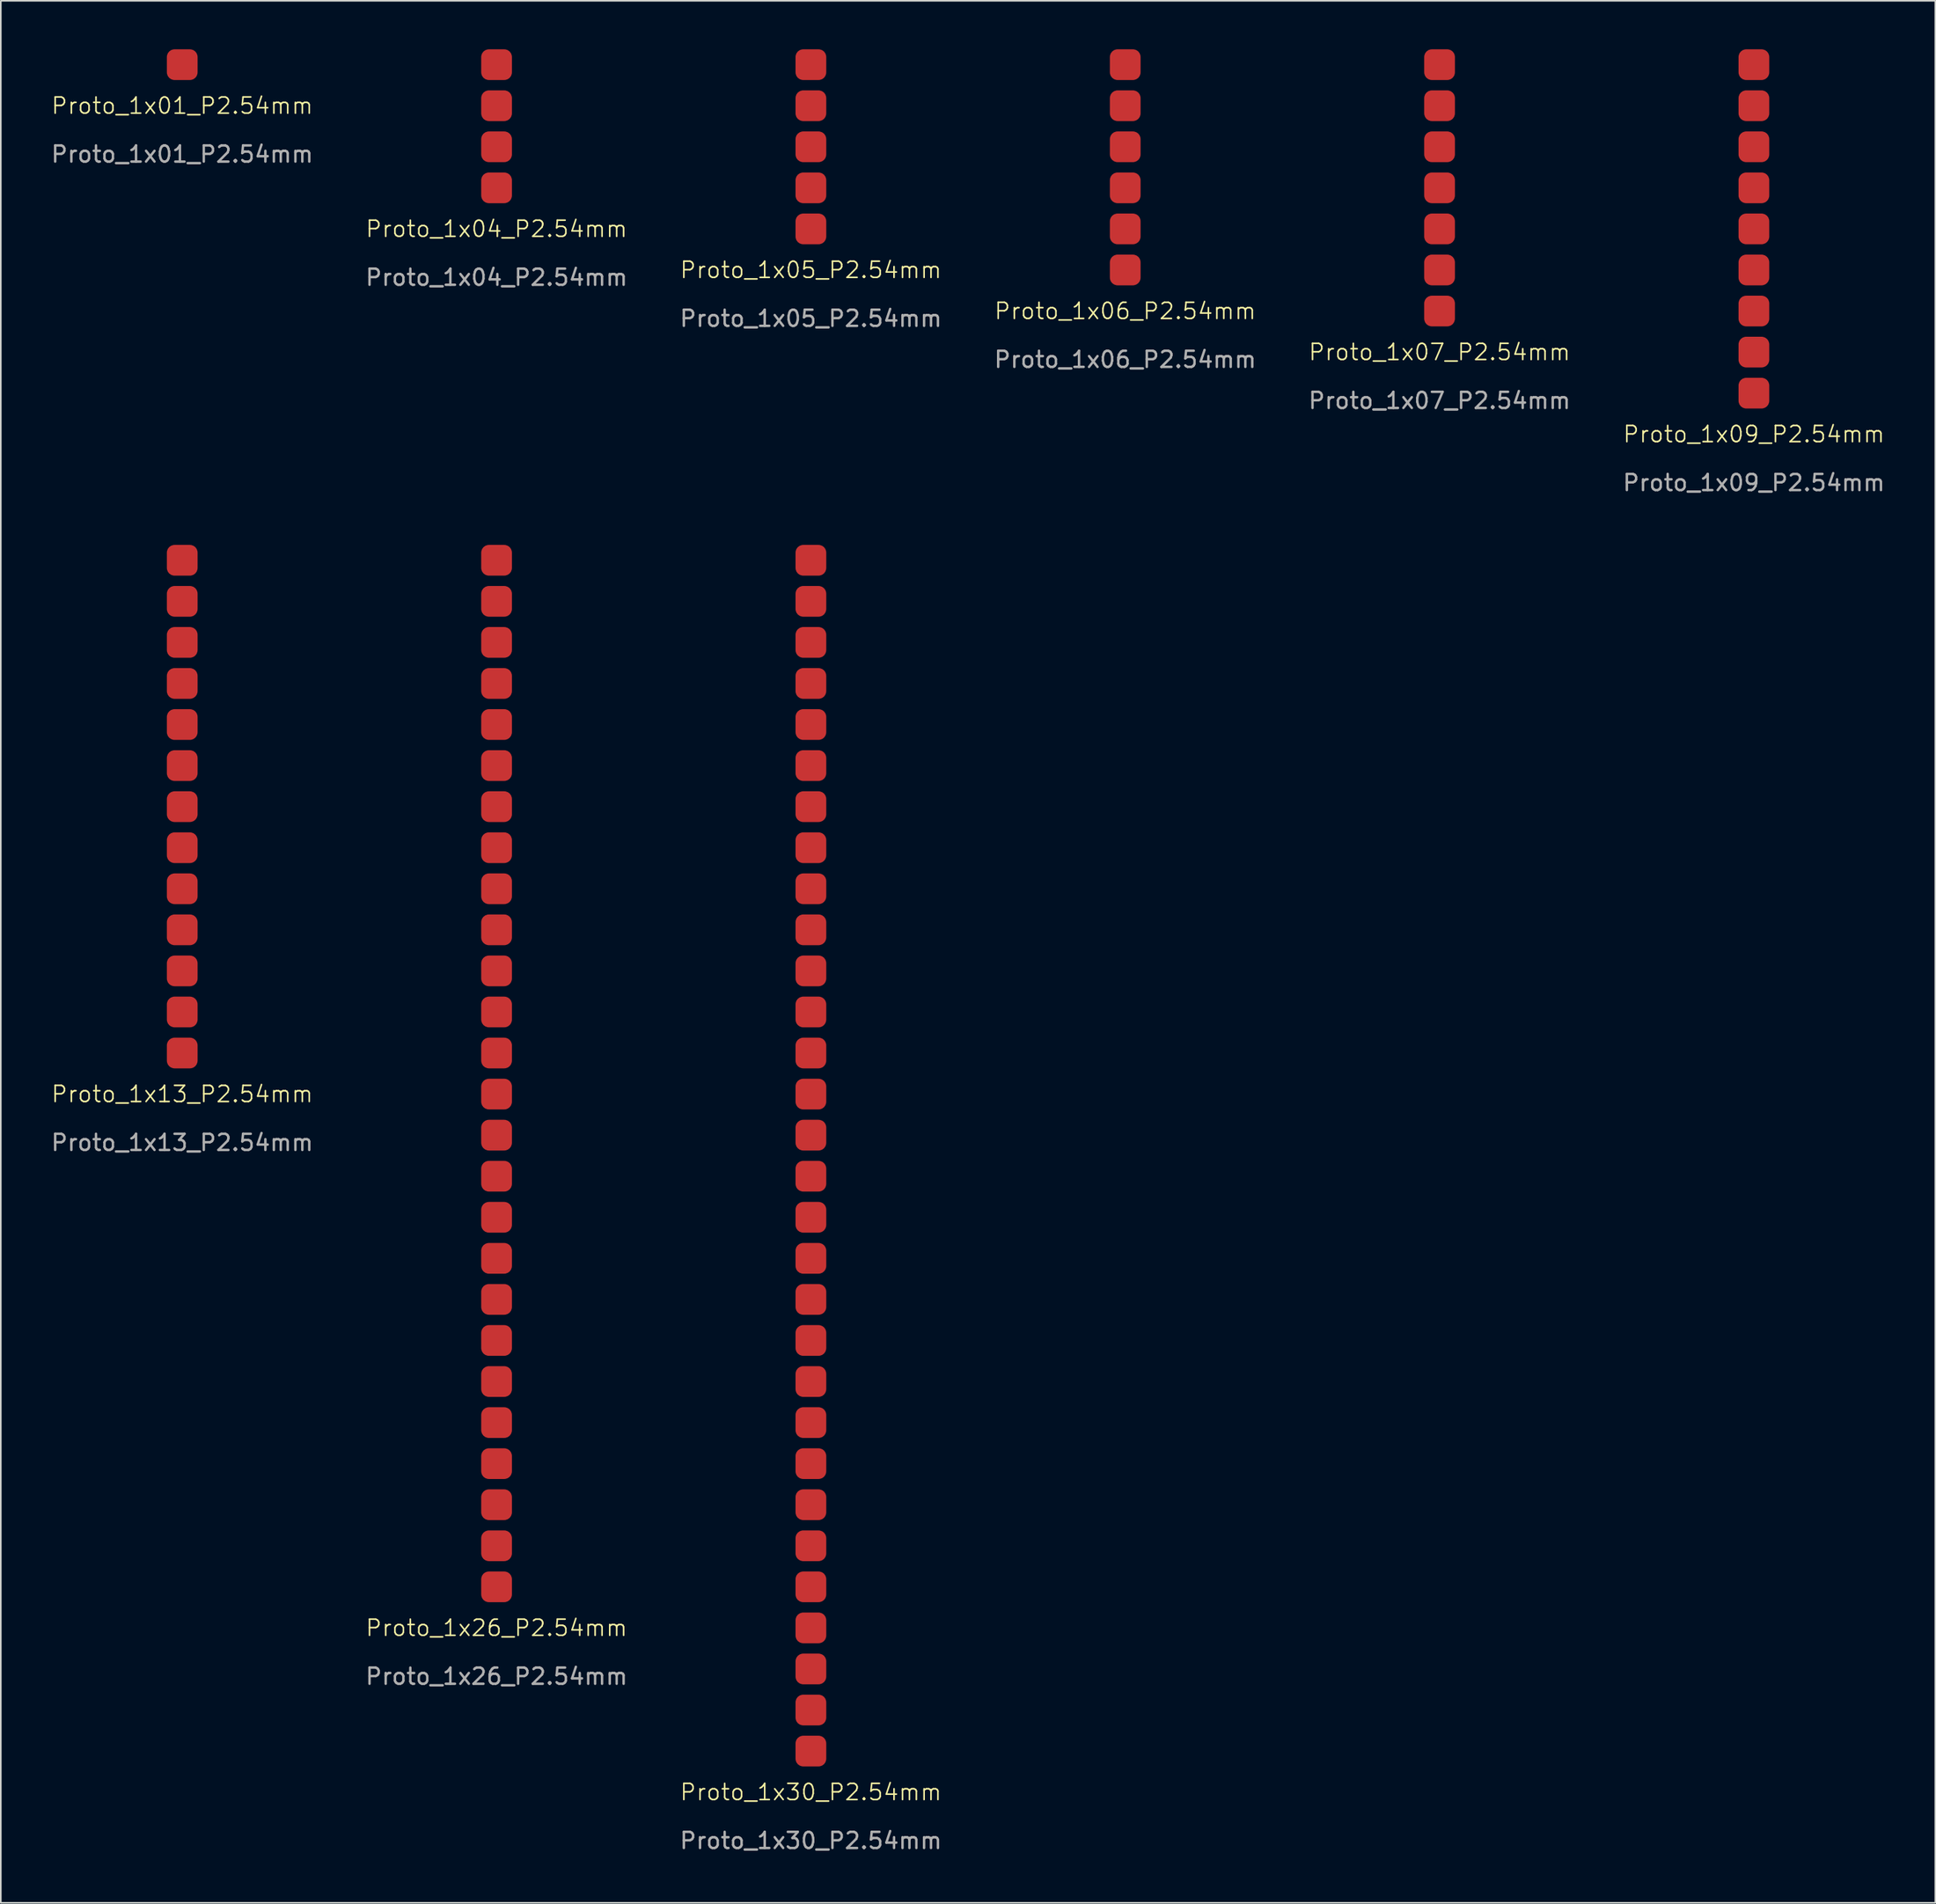
<source format=kicad_pcb>
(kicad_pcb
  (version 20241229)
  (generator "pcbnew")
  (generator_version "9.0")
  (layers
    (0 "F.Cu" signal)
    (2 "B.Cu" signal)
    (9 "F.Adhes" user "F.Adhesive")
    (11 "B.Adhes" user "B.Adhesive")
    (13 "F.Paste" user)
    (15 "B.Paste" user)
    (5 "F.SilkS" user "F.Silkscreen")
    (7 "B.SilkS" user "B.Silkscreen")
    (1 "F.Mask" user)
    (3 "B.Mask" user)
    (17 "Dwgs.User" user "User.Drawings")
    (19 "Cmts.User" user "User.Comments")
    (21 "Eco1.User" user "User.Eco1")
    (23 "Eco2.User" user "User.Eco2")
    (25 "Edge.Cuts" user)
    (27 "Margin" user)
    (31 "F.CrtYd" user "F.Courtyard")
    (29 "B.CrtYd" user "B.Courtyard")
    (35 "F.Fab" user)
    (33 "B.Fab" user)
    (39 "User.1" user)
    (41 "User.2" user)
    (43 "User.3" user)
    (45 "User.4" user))
  (footprint "Proto_1x13_P2.54mm"
    (layer "F.Cu")
    (at 8.22 62.088)
    (property "Reference" "Proto_1x13_P2.54mm" (at 0 2.54 0) (unlocked yes) (layer "F.SilkS") (effects (font (size 1 1) (thickness 0.1))))
    (attr smd)
    (fp_text user "${REFERENCE}" (at 0 5.54 0) (unlocked yes) (layer "F.Fab") (effects (font (size 1 1) (thickness 0.15))))
    (pad "1" smd roundrect (at 0 0) (size 1.9 1.9) (layers "F.Cu" "F.Mask" "F.Paste") (roundrect_rratio 0.25))
    (pad "2" smd roundrect (at 0 -2.54) (size 1.9 1.9) (layers "F.Cu" "F.Mask" "F.Paste") (roundrect_rratio 0.25))
    (pad "3" smd roundrect (at 0 -5.08) (size 1.9 1.9) (layers "F.Cu" "F.Mask" "F.Paste") (roundrect_rratio 0.25))
    (pad "4" smd roundrect (at 0 -7.62) (size 1.9 1.9) (layers "F.Cu" "F.Mask" "F.Paste") (roundrect_rratio 0.25))
    (pad "5" smd roundrect (at 0 -10.16) (size 1.9 1.9) (layers "F.Cu" "F.Mask" "F.Paste") (roundrect_rratio 0.25))
    (pad "6" smd roundrect (at 0 -12.7) (size 1.9 1.9) (layers "F.Cu" "F.Mask" "F.Paste") (roundrect_rratio 0.25))
    (pad "7" smd roundrect (at 0 -15.24) (size 1.9 1.9) (layers "F.Cu" "F.Mask" "F.Paste") (roundrect_rratio 0.25))
    (pad "8" smd roundrect (at 0 -17.78) (size 1.9 1.9) (layers "F.Cu" "F.Mask" "F.Paste") (roundrect_rratio 0.25))
    (pad "9" smd roundrect (at 0 -20.32) (size 1.9 1.9) (layers "F.Cu" "F.Mask" "F.Paste") (roundrect_rratio 0.25))
    (pad "10" smd roundrect (at 0 -22.86) (size 1.9 1.9) (layers "F.Cu" "F.Mask" "F.Paste") (roundrect_rratio 0.25))
    (pad "11" smd roundrect (at 0 -25.4) (size 1.9 1.9) (layers "F.Cu" "F.Mask" "F.Paste") (roundrect_rratio 0.25))
    (pad "12" smd roundrect (at 0 -27.94) (size 1.9 1.9) (layers "F.Cu" "F.Mask" "F.Paste") (roundrect_rratio 0.25))
    (pad "13" smd roundrect (at 0 -30.48) (size 1.9 1.9) (layers "F.Cu" "F.Mask" "F.Paste") (roundrect_rratio 0.25)))
  (footprint "Proto_1x07_P2.54mm"
    (layer "F.Cu")
    (at 85.982 16.19)
    (property "Reference" "Proto_1x07_P2.54mm" (at 0 2.54 0) (unlocked yes) (layer "F.SilkS") (effects (font (size 1 1) (thickness 0.1))))
    (attr smd)
    (fp_text user "${REFERENCE}" (at 0 5.54 0) (unlocked yes) (layer "F.Fab") (effects (font (size 1 1) (thickness 0.15))))
    (pad "1" smd roundrect (at 0 0) (size 1.9 1.9) (layers "F.Cu" "F.Mask" "F.Paste") (roundrect_rratio 0.25))
    (pad "2" smd roundrect (at 0 -2.54) (size 1.9 1.9) (layers "F.Cu" "F.Mask" "F.Paste") (roundrect_rratio 0.25))
    (pad "3" smd roundrect (at 0 -5.08) (size 1.9 1.9) (layers "F.Cu" "F.Mask" "F.Paste") (roundrect_rratio 0.25))
    (pad "4" smd roundrect (at 0 -7.62) (size 1.9 1.9) (layers "F.Cu" "F.Mask" "F.Paste") (roundrect_rratio 0.25))
    (pad "5" smd roundrect (at 0 -10.16) (size 1.9 1.9) (layers "F.Cu" "F.Mask" "F.Paste") (roundrect_rratio 0.25))
    (pad "6" smd roundrect (at 0 -12.7) (size 1.9 1.9) (layers "F.Cu" "F.Mask" "F.Paste") (roundrect_rratio 0.25))
    (pad "7" smd roundrect (at 0 -15.24) (size 1.9 1.9) (layers "F.Cu" "F.Mask" "F.Paste") (roundrect_rratio 0.25)))
  (footprint "Proto_1x30_P2.54mm"
    (layer "F.Cu")
    (at 47.101 105.268)
    (property "Reference" "Proto_1x30_P2.54mm" (at 0 2.54 0) (unlocked yes) (layer "F.SilkS") (effects (font (size 1 1) (thickness 0.1))))
    (attr smd)
    (fp_text user "${REFERENCE}" (at 0 5.54 0) (unlocked yes) (layer "F.Fab") (effects (font (size 1 1) (thickness 0.15))))
    (pad "1" smd roundrect (at 0 0) (size 1.9 1.9) (layers "F.Cu" "F.Mask" "F.Paste") (roundrect_rratio 0.25))
    (pad "2" smd roundrect (at 0 -2.54) (size 1.9 1.9) (layers "F.Cu" "F.Mask" "F.Paste") (roundrect_rratio 0.25))
    (pad "3" smd roundrect (at 0 -5.08) (size 1.9 1.9) (layers "F.Cu" "F.Mask" "F.Paste") (roundrect_rratio 0.25))
    (pad "4" smd roundrect (at 0 -7.62) (size 1.9 1.9) (layers "F.Cu" "F.Mask" "F.Paste") (roundrect_rratio 0.25))
    (pad "5" smd roundrect (at 0 -10.16) (size 1.9 1.9) (layers "F.Cu" "F.Mask" "F.Paste") (roundrect_rratio 0.25))
    (pad "6" smd roundrect (at 0 -12.7) (size 1.9 1.9) (layers "F.Cu" "F.Mask" "F.Paste") (roundrect_rratio 0.25))
    (pad "7" smd roundrect (at 0 -15.24) (size 1.9 1.9) (layers "F.Cu" "F.Mask" "F.Paste") (roundrect_rratio 0.25))
    (pad "8" smd roundrect (at 0 -17.78) (size 1.9 1.9) (layers "F.Cu" "F.Mask" "F.Paste") (roundrect_rratio 0.25))
    (pad "9" smd roundrect (at 0 -20.32) (size 1.9 1.9) (layers "F.Cu" "F.Mask" "F.Paste") (roundrect_rratio 0.25))
    (pad "10" smd roundrect (at 0 -22.86) (size 1.9 1.9) (layers "F.Cu" "F.Mask" "F.Paste") (roundrect_rratio 0.25))
    (pad "11" smd roundrect (at 0 -25.4) (size 1.9 1.9) (layers "F.Cu" "F.Mask" "F.Paste") (roundrect_rratio 0.25))
    (pad "12" smd roundrect (at 0 -27.94) (size 1.9 1.9) (layers "F.Cu" "F.Mask" "F.Paste") (roundrect_rratio 0.25))
    (pad "13" smd roundrect (at 0 -30.48) (size 1.9 1.9) (layers "F.Cu" "F.Mask" "F.Paste") (roundrect_rratio 0.25))
    (pad "14" smd roundrect (at 0 -33.02) (size 1.9 1.9) (layers "F.Cu" "F.Mask" "F.Paste") (roundrect_rratio 0.25))
    (pad "15" smd roundrect (at 0 -35.56) (size 1.9 1.9) (layers "F.Cu" "F.Mask" "F.Paste") (roundrect_rratio 0.25))
    (pad "16" smd roundrect (at 0 -38.1) (size 1.9 1.9) (layers "F.Cu" "F.Mask" "F.Paste") (roundrect_rratio 0.25))
    (pad "17" smd roundrect (at 0 -40.64) (size 1.9 1.9) (layers "F.Cu" "F.Mask" "F.Paste") (roundrect_rratio 0.25))
    (pad "18" smd roundrect (at 0 -43.18) (size 1.9 1.9) (layers "F.Cu" "F.Mask" "F.Paste") (roundrect_rratio 0.25))
    (pad "19" smd roundrect (at 0 -45.72) (size 1.9 1.9) (layers "F.Cu" "F.Mask" "F.Paste") (roundrect_rratio 0.25))
    (pad "20" smd roundrect (at 0 -48.26) (size 1.9 1.9) (layers "F.Cu" "F.Mask" "F.Paste") (roundrect_rratio 0.25))
    (pad "21" smd roundrect (at 0 -50.8) (size 1.9 1.9) (layers "F.Cu" "F.Mask" "F.Paste") (roundrect_rratio 0.25))
    (pad "22" smd roundrect (at 0 -53.34) (size 1.9 1.9) (layers "F.Cu" "F.Mask" "F.Paste") (roundrect_rratio 0.25))
    (pad "23" smd roundrect (at 0 -55.88) (size 1.9 1.9) (layers "F.Cu" "F.Mask" "F.Paste") (roundrect_rratio 0.25))
    (pad "24" smd roundrect (at 0 -58.42) (size 1.9 1.9) (layers "F.Cu" "F.Mask" "F.Paste") (roundrect_rratio 0.25))
    (pad "25" smd roundrect (at 0 -60.96) (size 1.9 1.9) (layers "F.Cu" "F.Mask" "F.Paste") (roundrect_rratio 0.25))
    (pad "26" smd roundrect (at 0 -63.5) (size 1.9 1.9) (layers "F.Cu" "F.Mask" "F.Paste") (roundrect_rratio 0.25))
    (pad "27" smd roundrect (at 0 -66.04) (size 1.9 1.9) (layers "F.Cu" "F.Mask" "F.Paste") (roundrect_rratio 0.25))
    (pad "28" smd roundrect (at 0 -68.58) (size 1.9 1.9) (layers "F.Cu" "F.Mask" "F.Paste") (roundrect_rratio 0.25))
    (pad "29" smd roundrect (at 0 -71.12) (size 1.9 1.9) (layers "F.Cu" "F.Mask" "F.Paste") (roundrect_rratio 0.25))
    (pad "30" smd roundrect (at 0 -73.66) (size 1.9 1.9) (layers "F.Cu" "F.Mask" "F.Paste") (roundrect_rratio 0.25)))
  (footprint "Proto_1x09_P2.54mm"
    (layer "F.Cu")
    (at 105.423 21.27)
    (property "Reference" "Proto_1x09_P2.54mm" (at 0 2.54 0) (unlocked yes) (layer "F.SilkS") (effects (font (size 1 1) (thickness 0.1))))
    (attr smd)
    (fp_text user "${REFERENCE}" (at 0 5.54 0) (unlocked yes) (layer "F.Fab") (effects (font (size 1 1) (thickness 0.15))))
    (pad "1" smd roundrect (at 0 0) (size 1.9 1.9) (layers "F.Cu" "F.Mask" "F.Paste") (roundrect_rratio 0.25))
    (pad "2" smd roundrect (at 0 -2.54) (size 1.9 1.9) (layers "F.Cu" "F.Mask" "F.Paste") (roundrect_rratio 0.25))
    (pad "3" smd roundrect (at 0 -5.08) (size 1.9 1.9) (layers "F.Cu" "F.Mask" "F.Paste") (roundrect_rratio 0.25))
    (pad "4" smd roundrect (at 0 -7.62) (size 1.9 1.9) (layers "F.Cu" "F.Mask" "F.Paste") (roundrect_rratio 0.25))
    (pad "5" smd roundrect (at 0 -10.16) (size 1.9 1.9) (layers "F.Cu" "F.Mask" "F.Paste") (roundrect_rratio 0.25))
    (pad "6" smd roundrect (at 0 -12.7) (size 1.9 1.9) (layers "F.Cu" "F.Mask" "F.Paste") (roundrect_rratio 0.25))
    (pad "7" smd roundrect (at 0 -15.24) (size 1.9 1.9) (layers "F.Cu" "F.Mask" "F.Paste") (roundrect_rratio 0.25))
    (pad "8" smd roundrect (at 0 -17.78) (size 1.9 1.9) (layers "F.Cu" "F.Mask" "F.Paste") (roundrect_rratio 0.25))
    (pad "9" smd roundrect (at 0 -20.32) (size 1.9 1.9) (layers "F.Cu" "F.Mask" "F.Paste") (roundrect_rratio 0.25)))
  (footprint "Proto_1x04_P2.54mm"
    (layer "F.Cu")
    (at 27.661 8.57)
    (property "Reference" "Proto_1x04_P2.54mm" (at 0 2.54 0) (unlocked yes) (layer "F.SilkS") (effects (font (size 1 1) (thickness 0.1))))
    (attr smd)
    (fp_text user "${REFERENCE}" (at 0 5.54 0) (unlocked yes) (layer "F.Fab") (effects (font (size 1 1) (thickness 0.15))))
    (pad "1" smd roundrect (at 0 0) (size 1.9 1.9) (layers "F.Cu" "F.Mask" "F.Paste") (roundrect_rratio 0.25))
    (pad "2" smd roundrect (at 0 -2.54) (size 1.9 1.9) (layers "F.Cu" "F.Mask" "F.Paste") (roundrect_rratio 0.25))
    (pad "3" smd roundrect (at 0 -5.08) (size 1.9 1.9) (layers "F.Cu" "F.Mask" "F.Paste") (roundrect_rratio 0.25))
    (pad "4" smd roundrect (at 0 -7.62) (size 1.9 1.9) (layers "F.Cu" "F.Mask" "F.Paste") (roundrect_rratio 0.25)))
  (footprint "Proto_1x06_P2.54mm"
    (layer "F.Cu")
    (at 66.542 13.65)
    (property "Reference" "Proto_1x06_P2.54mm" (at 0 2.54 0) (unlocked yes) (layer "F.SilkS") (effects (font (size 1 1) (thickness 0.1))))
    (attr smd)
    (fp_text user "${REFERENCE}" (at 0 5.54 0) (unlocked yes) (layer "F.Fab") (effects (font (size 1 1) (thickness 0.15))))
    (pad "1" smd roundrect (at 0 0) (size 1.9 1.9) (layers "F.Cu" "F.Mask" "F.Paste") (roundrect_rratio 0.25))
    (pad "2" smd roundrect (at 0 -2.54) (size 1.9 1.9) (layers "F.Cu" "F.Mask" "F.Paste") (roundrect_rratio 0.25))
    (pad "3" smd roundrect (at 0 -5.08) (size 1.9 1.9) (layers "F.Cu" "F.Mask" "F.Paste") (roundrect_rratio 0.25))
    (pad "4" smd roundrect (at 0 -7.62) (size 1.9 1.9) (layers "F.Cu" "F.Mask" "F.Paste") (roundrect_rratio 0.25))
    (pad "5" smd roundrect (at 0 -10.16) (size 1.9 1.9) (layers "F.Cu" "F.Mask" "F.Paste") (roundrect_rratio 0.25))
    (pad "6" smd roundrect (at 0 -12.7) (size 1.9 1.9) (layers "F.Cu" "F.Mask" "F.Paste") (roundrect_rratio 0.25)))
  (footprint "Proto_1x01_P2.54mm"
    (layer "F.Cu")
    (at 8.22 0.95)
    (property "Reference" "Proto_1x01_P2.54mm" (at 0 2.54 0) (unlocked yes) (layer "F.SilkS") (effects (font (size 1 1) (thickness 0.1))))
    (attr smd)
    (fp_text user "${REFERENCE}" (at 0 5.54 0) (unlocked yes) (layer "F.Fab") (effects (font (size 1 1) (thickness 0.15))))
    (pad "1" smd roundrect (at 0 0) (size 1.9 1.9) (layers "F.Cu" "F.Mask" "F.Paste") (roundrect_rratio 0.25)))
  (footprint "Proto_1x05_P2.54mm"
    (layer "F.Cu")
    (at 47.101 11.11)
    (property "Reference" "Proto_1x05_P2.54mm" (at 0 2.54 0) (unlocked yes) (layer "F.SilkS") (effects (font (size 1 1) (thickness 0.1))))
    (attr smd)
    (fp_text user "${REFERENCE}" (at 0 5.54 0) (unlocked yes) (layer "F.Fab") (effects (font (size 1 1) (thickness 0.15))))
    (pad "1" smd roundrect (at 0 0) (size 1.9 1.9) (layers "F.Cu" "F.Mask" "F.Paste") (roundrect_rratio 0.25))
    (pad "2" smd roundrect (at 0 -2.54) (size 1.9 1.9) (layers "F.Cu" "F.Mask" "F.Paste") (roundrect_rratio 0.25))
    (pad "3" smd roundrect (at 0 -5.08) (size 1.9 1.9) (layers "F.Cu" "F.Mask" "F.Paste") (roundrect_rratio 0.25))
    (pad "4" smd roundrect (at 0 -7.62) (size 1.9 1.9) (layers "F.Cu" "F.Mask" "F.Paste") (roundrect_rratio 0.25))
    (pad "5" smd roundrect (at 0 -10.16) (size 1.9 1.9) (layers "F.Cu" "F.Mask" "F.Paste") (roundrect_rratio 0.25)))
  (footprint "Proto_1x26_P2.54mm"
    (layer "F.Cu")
    (at 27.661 95.108)
    (property "Reference" "Proto_1x26_P2.54mm" (at 0 2.54 0) (unlocked yes) (layer "F.SilkS") (effects (font (size 1 1) (thickness 0.1))))
    (attr smd)
    (fp_text user "${REFERENCE}" (at 0 5.54 0) (unlocked yes) (layer "F.Fab") (effects (font (size 1 1) (thickness 0.15))))
    (pad "1" smd roundrect (at 0 0) (size 1.9 1.9) (layers "F.Cu" "F.Mask" "F.Paste") (roundrect_rratio 0.25))
    (pad "2" smd roundrect (at 0 -2.54) (size 1.9 1.9) (layers "F.Cu" "F.Mask" "F.Paste") (roundrect_rratio 0.25))
    (pad "3" smd roundrect (at 0 -5.08) (size 1.9 1.9) (layers "F.Cu" "F.Mask" "F.Paste") (roundrect_rratio 0.25))
    (pad "4" smd roundrect (at 0 -7.62) (size 1.9 1.9) (layers "F.Cu" "F.Mask" "F.Paste") (roundrect_rratio 0.25))
    (pad "5" smd roundrect (at 0 -10.16) (size 1.9 1.9) (layers "F.Cu" "F.Mask" "F.Paste") (roundrect_rratio 0.25))
    (pad "6" smd roundrect (at 0 -12.7) (size 1.9 1.9) (layers "F.Cu" "F.Mask" "F.Paste") (roundrect_rratio 0.25))
    (pad "7" smd roundrect (at 0 -15.24) (size 1.9 1.9) (layers "F.Cu" "F.Mask" "F.Paste") (roundrect_rratio 0.25))
    (pad "8" smd roundrect (at 0 -17.78) (size 1.9 1.9) (layers "F.Cu" "F.Mask" "F.Paste") (roundrect_rratio 0.25))
    (pad "9" smd roundrect (at 0 -20.32) (size 1.9 1.9) (layers "F.Cu" "F.Mask" "F.Paste") (roundrect_rratio 0.25))
    (pad "10" smd roundrect (at 0 -22.86) (size 1.9 1.9) (layers "F.Cu" "F.Mask" "F.Paste") (roundrect_rratio 0.25))
    (pad "11" smd roundrect (at 0 -25.4) (size 1.9 1.9) (layers "F.Cu" "F.Mask" "F.Paste") (roundrect_rratio 0.25))
    (pad "12" smd roundrect (at 0 -27.94) (size 1.9 1.9) (layers "F.Cu" "F.Mask" "F.Paste") (roundrect_rratio 0.25))
    (pad "13" smd roundrect (at 0 -30.48) (size 1.9 1.9) (layers "F.Cu" "F.Mask" "F.Paste") (roundrect_rratio 0.25))
    (pad "14" smd roundrect (at 0 -33.02) (size 1.9 1.9) (layers "F.Cu" "F.Mask" "F.Paste") (roundrect_rratio 0.25))
    (pad "15" smd roundrect (at 0 -35.56) (size 1.9 1.9) (layers "F.Cu" "F.Mask" "F.Paste") (roundrect_rratio 0.25))
    (pad "16" smd roundrect (at 0 -38.1) (size 1.9 1.9) (layers "F.Cu" "F.Mask" "F.Paste") (roundrect_rratio 0.25))
    (pad "17" smd roundrect (at 0 -40.64) (size 1.9 1.9) (layers "F.Cu" "F.Mask" "F.Paste") (roundrect_rratio 0.25))
    (pad "18" smd roundrect (at 0 -43.18) (size 1.9 1.9) (layers "F.Cu" "F.Mask" "F.Paste") (roundrect_rratio 0.25))
    (pad "19" smd roundrect (at 0 -45.72) (size 1.9 1.9) (layers "F.Cu" "F.Mask" "F.Paste") (roundrect_rratio 0.25))
    (pad "20" smd roundrect (at 0 -48.26) (size 1.9 1.9) (layers "F.Cu" "F.Mask" "F.Paste") (roundrect_rratio 0.25))
    (pad "21" smd roundrect (at 0 -50.8) (size 1.9 1.9) (layers "F.Cu" "F.Mask" "F.Paste") (roundrect_rratio 0.25))
    (pad "22" smd roundrect (at 0 -53.34) (size 1.9 1.9) (layers "F.Cu" "F.Mask" "F.Paste") (roundrect_rratio 0.25))
    (pad "23" smd roundrect (at 0 -55.88) (size 1.9 1.9) (layers "F.Cu" "F.Mask" "F.Paste") (roundrect_rratio 0.25))
    (pad "24" smd roundrect (at 0 -58.42) (size 1.9 1.9) (layers "F.Cu" "F.Mask" "F.Paste") (roundrect_rratio 0.25))
    (pad "25" smd roundrect (at 0 -60.96) (size 1.9 1.9) (layers "F.Cu" "F.Mask" "F.Paste") (roundrect_rratio 0.25))
    (pad "26" smd roundrect (at 0 -63.5) (size 1.9 1.9) (layers "F.Cu" "F.Mask" "F.Paste") (roundrect_rratio 0.25)))
  (gr_rect
    (start -3 -3)
    (end 116.643 114.656)
    (stroke (width 0.1) (type default))
    (fill no)
    (layer "Edge.Cuts")))
</source>
